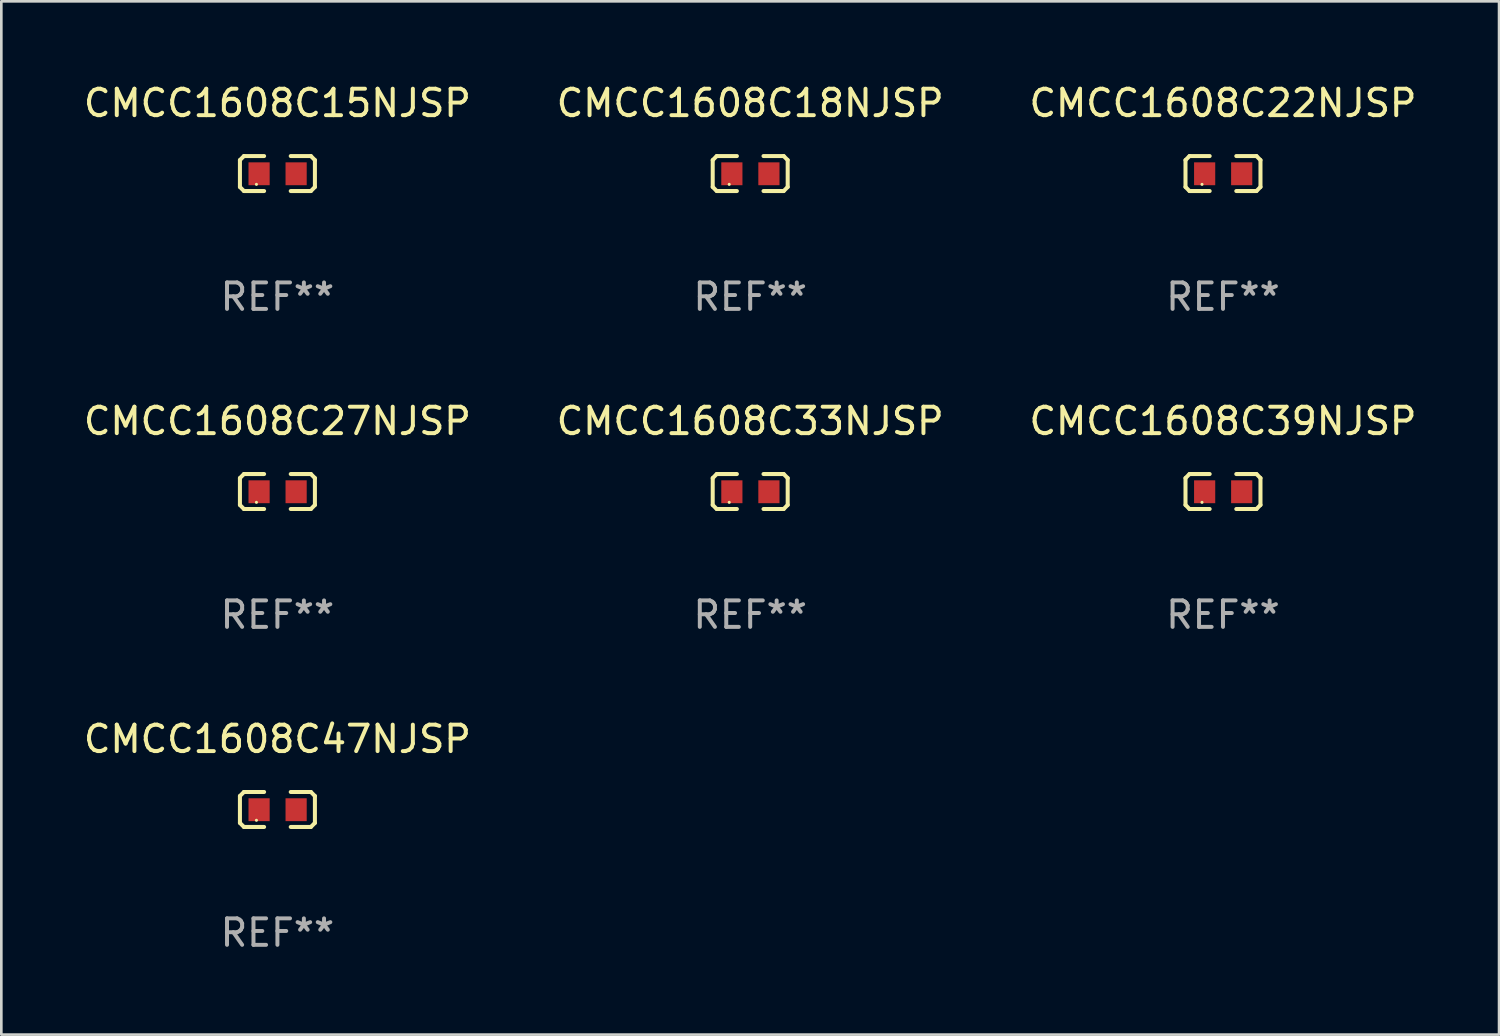
<source format=kicad_pcb>
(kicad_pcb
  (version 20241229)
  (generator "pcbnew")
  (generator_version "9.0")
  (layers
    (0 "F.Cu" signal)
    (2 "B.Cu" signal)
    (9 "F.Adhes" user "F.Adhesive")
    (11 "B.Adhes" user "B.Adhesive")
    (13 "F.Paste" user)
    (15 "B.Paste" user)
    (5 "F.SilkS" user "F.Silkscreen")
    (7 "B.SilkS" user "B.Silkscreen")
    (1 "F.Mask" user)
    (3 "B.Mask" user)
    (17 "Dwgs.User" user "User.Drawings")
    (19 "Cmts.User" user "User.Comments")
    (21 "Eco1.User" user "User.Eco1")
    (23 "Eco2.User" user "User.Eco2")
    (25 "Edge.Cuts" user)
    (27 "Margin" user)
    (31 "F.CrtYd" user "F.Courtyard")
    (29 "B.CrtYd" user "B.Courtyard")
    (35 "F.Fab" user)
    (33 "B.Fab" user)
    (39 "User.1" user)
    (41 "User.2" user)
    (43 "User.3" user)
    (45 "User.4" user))
  (footprint "CMCC1608C39NJSP"
    (layer "F.Cu")
    (at 43.173 15.527)
    (property "Reference" "CMCC1608C39NJSP" (at 0 -2.661 0) (layer "F.SilkS") (effects (font (size 1 1) (thickness 0.15))))
    (attr through_hole)
    (fp_line (start -1.417 -0.508) (end -1.265 -0.661) (stroke (width 0.152) (type solid)) (layer "F.SilkS"))
    (fp_line (start -1.417 0.508) (end -1.417 -0.508) (stroke (width 0.152) (type solid)) (layer "F.SilkS"))
    (fp_line (start -1.265 -0.661) (end -0.503 -0.661) (stroke (width 0.152) (type solid)) (layer "F.SilkS"))
    (fp_line (start -1.265 0.661) (end -1.417 0.508) (stroke (width 0.152) (type solid)) (layer "F.SilkS"))
    (fp_line (start -1.265 0.661) (end -0.503 0.661) (stroke (width 0.152) (type solid)) (layer "F.SilkS"))
    (fp_line (start 1.265 -0.661) (end 0.503 -0.661) (stroke (width 0.152) (type solid)) (layer "F.SilkS"))
    (fp_line (start 1.265 -0.661) (end 1.417 -0.508) (stroke (width 0.152) (type solid)) (layer "F.SilkS"))
    (fp_line (start 1.265 0.661) (end 0.503 0.661) (stroke (width 0.152) (type solid)) (layer "F.SilkS"))
    (fp_line (start 1.417 -0.508) (end 1.417 0.508) (stroke (width 0.152) (type solid)) (layer "F.SilkS"))
    (fp_line (start 1.417 0.508) (end 1.265 0.661) (stroke (width 0.152) (type solid)) (layer "F.SilkS"))
    (fp_circle (center -0.793 0.409) (end -0.763 0.409) (stroke (width 0.06) (type solid)) (fill no) (layer "F.SilkS"))
    (fp_text user "REF**" (at 0 4.661 0) (layer "F.Fab") (effects (font (size 1 1) (thickness 0.15))))
    (pad "1" smd rect (at -0.693 0.009 180) (size 0.8 0.864) (layers "F.Cu" "F.Mask" "F.Paste"))
    (pad "2" smd rect (at 0.707 0.009 180) (size 0.8 0.864) (layers "F.Cu" "F.Mask" "F.Paste")))
  (footprint "CMCC1608C33NJSP"
    (layer "F.Cu")
    (at 25.304 15.527)
    (property "Reference" "CMCC1608C33NJSP" (at 0 -2.661 0) (layer "F.SilkS") (effects (font (size 1 1) (thickness 0.15))))
    (attr through_hole)
    (fp_line (start -1.417 -0.508) (end -1.265 -0.661) (stroke (width 0.152) (type solid)) (layer "F.SilkS"))
    (fp_line (start -1.417 0.508) (end -1.417 -0.508) (stroke (width 0.152) (type solid)) (layer "F.SilkS"))
    (fp_line (start -1.265 -0.661) (end -0.503 -0.661) (stroke (width 0.152) (type solid)) (layer "F.SilkS"))
    (fp_line (start -1.265 0.661) (end -1.417 0.508) (stroke (width 0.152) (type solid)) (layer "F.SilkS"))
    (fp_line (start -1.265 0.661) (end -0.503 0.661) (stroke (width 0.152) (type solid)) (layer "F.SilkS"))
    (fp_line (start 1.265 -0.661) (end 0.503 -0.661) (stroke (width 0.152) (type solid)) (layer "F.SilkS"))
    (fp_line (start 1.265 -0.661) (end 1.417 -0.508) (stroke (width 0.152) (type solid)) (layer "F.SilkS"))
    (fp_line (start 1.265 0.661) (end 0.503 0.661) (stroke (width 0.152) (type solid)) (layer "F.SilkS"))
    (fp_line (start 1.417 -0.508) (end 1.417 0.508) (stroke (width 0.152) (type solid)) (layer "F.SilkS"))
    (fp_line (start 1.417 0.508) (end 1.265 0.661) (stroke (width 0.152) (type solid)) (layer "F.SilkS"))
    (fp_circle (center -0.793 0.409) (end -0.763 0.409) (stroke (width 0.06) (type solid)) (fill no) (layer "F.SilkS"))
    (fp_text user "REF**" (at 0 4.661 0) (layer "F.Fab") (effects (font (size 1 1) (thickness 0.15))))
    (pad "1" smd rect (at -0.693 0.009 180) (size 0.8 0.864) (layers "F.Cu" "F.Mask" "F.Paste"))
    (pad "2" smd rect (at 0.707 0.009 180) (size 0.8 0.864) (layers "F.Cu" "F.Mask" "F.Paste")))
  (footprint "CMCC1608C15NJSP"
    (layer "F.Cu")
    (at 7.435 3.509)
    (property "Reference" "CMCC1608C15NJSP" (at 0 -2.661 0) (layer "F.SilkS") (effects (font (size 1 1) (thickness 0.15))))
    (attr through_hole)
    (fp_line (start -1.417 -0.508) (end -1.265 -0.661) (stroke (width 0.152) (type solid)) (layer "F.SilkS"))
    (fp_line (start -1.417 0.508) (end -1.417 -0.508) (stroke (width 0.152) (type solid)) (layer "F.SilkS"))
    (fp_line (start -1.265 -0.661) (end -0.503 -0.661) (stroke (width 0.152) (type solid)) (layer "F.SilkS"))
    (fp_line (start -1.265 0.661) (end -1.417 0.508) (stroke (width 0.152) (type solid)) (layer "F.SilkS"))
    (fp_line (start -1.265 0.661) (end -0.503 0.661) (stroke (width 0.152) (type solid)) (layer "F.SilkS"))
    (fp_line (start 1.265 -0.661) (end 0.503 -0.661) (stroke (width 0.152) (type solid)) (layer "F.SilkS"))
    (fp_line (start 1.265 -0.661) (end 1.417 -0.508) (stroke (width 0.152) (type solid)) (layer "F.SilkS"))
    (fp_line (start 1.265 0.661) (end 0.503 0.661) (stroke (width 0.152) (type solid)) (layer "F.SilkS"))
    (fp_line (start 1.417 -0.508) (end 1.417 0.508) (stroke (width 0.152) (type solid)) (layer "F.SilkS"))
    (fp_line (start 1.417 0.508) (end 1.265 0.661) (stroke (width 0.152) (type solid)) (layer "F.SilkS"))
    (fp_circle (center -0.793 0.409) (end -0.763 0.409) (stroke (width 0.06) (type solid)) (fill no) (layer "F.SilkS"))
    (fp_text user "REF**" (at 0 4.661 0) (layer "F.Fab") (effects (font (size 1 1) (thickness 0.15))))
    (pad "1" smd rect (at -0.693 0.009 180) (size 0.8 0.864) (layers "F.Cu" "F.Mask" "F.Paste"))
    (pad "2" smd rect (at 0.707 0.009 180) (size 0.8 0.864) (layers "F.Cu" "F.Mask" "F.Paste")))
  (footprint "CMCC1608C47NJSP"
    (layer "F.Cu")
    (at 7.435 27.544)
    (property "Reference" "CMCC1608C47NJSP" (at 0 -2.661 0) (layer "F.SilkS") (effects (font (size 1 1) (thickness 0.15))))
    (attr through_hole)
    (fp_line (start -1.417 -0.508) (end -1.265 -0.661) (stroke (width 0.152) (type solid)) (layer "F.SilkS"))
    (fp_line (start -1.417 0.508) (end -1.417 -0.508) (stroke (width 0.152) (type solid)) (layer "F.SilkS"))
    (fp_line (start -1.265 -0.661) (end -0.503 -0.661) (stroke (width 0.152) (type solid)) (layer "F.SilkS"))
    (fp_line (start -1.265 0.661) (end -1.417 0.508) (stroke (width 0.152) (type solid)) (layer "F.SilkS"))
    (fp_line (start -1.265 0.661) (end -0.503 0.661) (stroke (width 0.152) (type solid)) (layer "F.SilkS"))
    (fp_line (start 1.265 -0.661) (end 0.503 -0.661) (stroke (width 0.152) (type solid)) (layer "F.SilkS"))
    (fp_line (start 1.265 -0.661) (end 1.417 -0.508) (stroke (width 0.152) (type solid)) (layer "F.SilkS"))
    (fp_line (start 1.265 0.661) (end 0.503 0.661) (stroke (width 0.152) (type solid)) (layer "F.SilkS"))
    (fp_line (start 1.417 -0.508) (end 1.417 0.508) (stroke (width 0.152) (type solid)) (layer "F.SilkS"))
    (fp_line (start 1.417 0.508) (end 1.265 0.661) (stroke (width 0.152) (type solid)) (layer "F.SilkS"))
    (fp_circle (center -0.793 0.409) (end -0.763 0.409) (stroke (width 0.06) (type solid)) (fill no) (layer "F.SilkS"))
    (fp_text user "REF**" (at 0 4.661 0) (layer "F.Fab") (effects (font (size 1 1) (thickness 0.15))))
    (pad "1" smd rect (at -0.693 0.009 180) (size 0.8 0.864) (layers "F.Cu" "F.Mask" "F.Paste"))
    (pad "2" smd rect (at 0.707 0.009 180) (size 0.8 0.864) (layers "F.Cu" "F.Mask" "F.Paste")))
  (footprint "CMCC1608C22NJSP"
    (layer "F.Cu")
    (at 43.173 3.509)
    (property "Reference" "CMCC1608C22NJSP" (at 0 -2.661 0) (layer "F.SilkS") (effects (font (size 1 1) (thickness 0.15))))
    (attr through_hole)
    (fp_line (start -1.417 -0.508) (end -1.265 -0.661) (stroke (width 0.152) (type solid)) (layer "F.SilkS"))
    (fp_line (start -1.417 0.508) (end -1.417 -0.508) (stroke (width 0.152) (type solid)) (layer "F.SilkS"))
    (fp_line (start -1.265 -0.661) (end -0.503 -0.661) (stroke (width 0.152) (type solid)) (layer "F.SilkS"))
    (fp_line (start -1.265 0.661) (end -1.417 0.508) (stroke (width 0.152) (type solid)) (layer "F.SilkS"))
    (fp_line (start -1.265 0.661) (end -0.503 0.661) (stroke (width 0.152) (type solid)) (layer "F.SilkS"))
    (fp_line (start 1.265 -0.661) (end 0.503 -0.661) (stroke (width 0.152) (type solid)) (layer "F.SilkS"))
    (fp_line (start 1.265 -0.661) (end 1.417 -0.508) (stroke (width 0.152) (type solid)) (layer "F.SilkS"))
    (fp_line (start 1.265 0.661) (end 0.503 0.661) (stroke (width 0.152) (type solid)) (layer "F.SilkS"))
    (fp_line (start 1.417 -0.508) (end 1.417 0.508) (stroke (width 0.152) (type solid)) (layer "F.SilkS"))
    (fp_line (start 1.417 0.508) (end 1.265 0.661) (stroke (width 0.152) (type solid)) (layer "F.SilkS"))
    (fp_circle (center -0.793 0.409) (end -0.763 0.409) (stroke (width 0.06) (type solid)) (fill no) (layer "F.SilkS"))
    (fp_text user "REF**" (at 0 4.661 0) (layer "F.Fab") (effects (font (size 1 1) (thickness 0.15))))
    (pad "1" smd rect (at -0.693 0.009 180) (size 0.8 0.864) (layers "F.Cu" "F.Mask" "F.Paste"))
    (pad "2" smd rect (at 0.707 0.009 180) (size 0.8 0.864) (layers "F.Cu" "F.Mask" "F.Paste")))
  (footprint "CMCC1608C27NJSP"
    (layer "F.Cu")
    (at 7.435 15.527)
    (property "Reference" "CMCC1608C27NJSP" (at 0 -2.661 0) (layer "F.SilkS") (effects (font (size 1 1) (thickness 0.15))))
    (attr through_hole)
    (fp_line (start -1.417 -0.508) (end -1.265 -0.661) (stroke (width 0.152) (type solid)) (layer "F.SilkS"))
    (fp_line (start -1.417 0.508) (end -1.417 -0.508) (stroke (width 0.152) (type solid)) (layer "F.SilkS"))
    (fp_line (start -1.265 -0.661) (end -0.503 -0.661) (stroke (width 0.152) (type solid)) (layer "F.SilkS"))
    (fp_line (start -1.265 0.661) (end -1.417 0.508) (stroke (width 0.152) (type solid)) (layer "F.SilkS"))
    (fp_line (start -1.265 0.661) (end -0.503 0.661) (stroke (width 0.152) (type solid)) (layer "F.SilkS"))
    (fp_line (start 1.265 -0.661) (end 0.503 -0.661) (stroke (width 0.152) (type solid)) (layer "F.SilkS"))
    (fp_line (start 1.265 -0.661) (end 1.417 -0.508) (stroke (width 0.152) (type solid)) (layer "F.SilkS"))
    (fp_line (start 1.265 0.661) (end 0.503 0.661) (stroke (width 0.152) (type solid)) (layer "F.SilkS"))
    (fp_line (start 1.417 -0.508) (end 1.417 0.508) (stroke (width 0.152) (type solid)) (layer "F.SilkS"))
    (fp_line (start 1.417 0.508) (end 1.265 0.661) (stroke (width 0.152) (type solid)) (layer "F.SilkS"))
    (fp_circle (center -0.793 0.409) (end -0.763 0.409) (stroke (width 0.06) (type solid)) (fill no) (layer "F.SilkS"))
    (fp_text user "REF**" (at 0 4.661 0) (layer "F.Fab") (effects (font (size 1 1) (thickness 0.15))))
    (pad "1" smd rect (at -0.693 0.009 180) (size 0.8 0.864) (layers "F.Cu" "F.Mask" "F.Paste"))
    (pad "2" smd rect (at 0.707 0.009 180) (size 0.8 0.864) (layers "F.Cu" "F.Mask" "F.Paste")))
  (footprint "CMCC1608C18NJSP"
    (layer "F.Cu")
    (at 25.304 3.509)
    (property "Reference" "CMCC1608C18NJSP" (at 0 -2.661 0) (layer "F.SilkS") (effects (font (size 1 1) (thickness 0.15))))
    (attr through_hole)
    (fp_line (start -1.417 -0.508) (end -1.265 -0.661) (stroke (width 0.152) (type solid)) (layer "F.SilkS"))
    (fp_line (start -1.417 0.508) (end -1.417 -0.508) (stroke (width 0.152) (type solid)) (layer "F.SilkS"))
    (fp_line (start -1.265 -0.661) (end -0.503 -0.661) (stroke (width 0.152) (type solid)) (layer "F.SilkS"))
    (fp_line (start -1.265 0.661) (end -1.417 0.508) (stroke (width 0.152) (type solid)) (layer "F.SilkS"))
    (fp_line (start -1.265 0.661) (end -0.503 0.661) (stroke (width 0.152) (type solid)) (layer "F.SilkS"))
    (fp_line (start 1.265 -0.661) (end 0.503 -0.661) (stroke (width 0.152) (type solid)) (layer "F.SilkS"))
    (fp_line (start 1.265 -0.661) (end 1.417 -0.508) (stroke (width 0.152) (type solid)) (layer "F.SilkS"))
    (fp_line (start 1.265 0.661) (end 0.503 0.661) (stroke (width 0.152) (type solid)) (layer "F.SilkS"))
    (fp_line (start 1.417 -0.508) (end 1.417 0.508) (stroke (width 0.152) (type solid)) (layer "F.SilkS"))
    (fp_line (start 1.417 0.508) (end 1.265 0.661) (stroke (width 0.152) (type solid)) (layer "F.SilkS"))
    (fp_circle (center -0.793 0.409) (end -0.763 0.409) (stroke (width 0.06) (type solid)) (fill no) (layer "F.SilkS"))
    (fp_text user "REF**" (at 0 4.661 0) (layer "F.Fab") (effects (font (size 1 1) (thickness 0.15))))
    (pad "1" smd rect (at -0.693 0.009 180) (size 0.8 0.864) (layers "F.Cu" "F.Mask" "F.Paste"))
    (pad "2" smd rect (at 0.707 0.009 180) (size 0.8 0.864) (layers "F.Cu" "F.Mask" "F.Paste")))
  (gr_rect
    (start -3 -3)
    (end 53.607 36.053)
    (stroke (width 0.1) (type default))
    (fill no)
    (layer "Edge.Cuts")))
</source>
